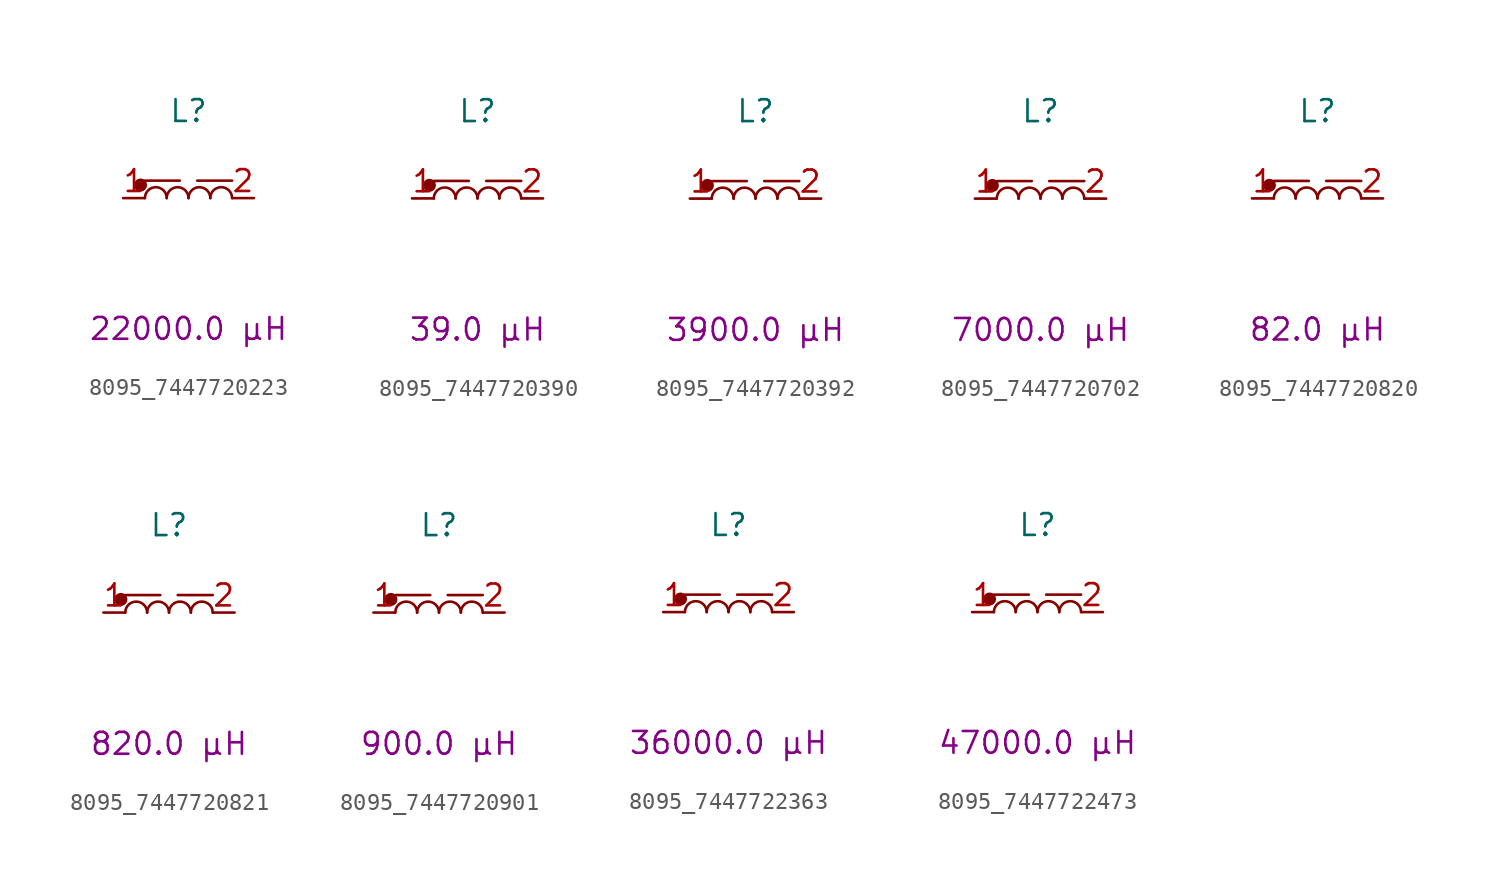
<source format=kicad_sym>
(kicad_symbol_lib
  (version 20220914)
  (generator kicad_symbol_editor)
  (symbol "8095_7447720223"
    (pin_names hide)
    (property "Reference" "L"
      (at 0 5.08 0)
      (effects (font (size 1.27 1.27))))
    (property "Critical Parameter" "22000.0 µH"
      (at 0 -7.62 0)
      (effects (font (size 1.27 1.27))))
    (symbol "8095_7447720223_0_1"
      (arc (start -1.27 0) (mid -1.905 0.6323) (end -2.54 0) (stroke (width 0) (type default)) (fill (type none)))
      (arc (start 0 0) (mid -0.635 0.6323) (end -1.27 0) (stroke (width 0) (type default)) (fill (type none)))
      (polyline (pts (xy -2.54 1.016) (xy -0.508 1.016)) (stroke (width 0) (type default)) (fill (type none)))
      (arc (start 1.27 0) (mid 0.635 0.6323) (end 0 0) (stroke (width 0) (type default)) (fill (type none)))
      (arc (start 2.54 0) (mid 1.905 0.6323) (end 1.27 0) (stroke (width 0) (type default)) (fill (type none))))
    (symbol "8095_7447720223_1_1"
      (circle (center -2.794 0.762) (radius 0.0001) (stroke (width 0.381) (type default)) (fill (type none)))
      (polyline (pts (xy 2.54 1.016) (xy 0.508 1.016)) (stroke (width 0) (type default)) (fill (type none)))
      (pin passive line (at -3.81 0 0) (length 1.27) (name "1" (effects (font (size 1.27 1.27)))) (number "1" (effects (font (size 1.27 1.27)))))
      (pin passive line (at 3.81 0 180) (length 1.27) (name "2" (effects (font (size 1.27 1.27)))) (number "2" (effects (font (size 1.27 1.27)))))))
  (symbol "8095_7447720390"
    (pin_names hide)
    (property "Reference" "L"
      (at 0 5.08 0)
      (effects (font (size 1.27 1.27))))
    (property "Critical Parameter" "39.0 µH"
      (at 0 -7.62 0)
      (effects (font (size 1.27 1.27))))
    (symbol "8095_7447720390_0_1"
      (arc (start -1.27 0) (mid -1.905 0.6323) (end -2.54 0) (stroke (width 0) (type default)) (fill (type none)))
      (arc (start 0 0) (mid -0.635 0.6323) (end -1.27 0) (stroke (width 0) (type default)) (fill (type none)))
      (polyline (pts (xy -2.54 1.016) (xy -0.508 1.016)) (stroke (width 0) (type default)) (fill (type none)))
      (arc (start 1.27 0) (mid 0.635 0.6323) (end 0 0) (stroke (width 0) (type default)) (fill (type none)))
      (arc (start 2.54 0) (mid 1.905 0.6323) (end 1.27 0) (stroke (width 0) (type default)) (fill (type none))))
    (symbol "8095_7447720390_1_1"
      (circle (center -2.794 0.762) (radius 0.0001) (stroke (width 0.381) (type default)) (fill (type none)))
      (polyline (pts (xy 2.54 1.016) (xy 0.508 1.016)) (stroke (width 0) (type default)) (fill (type none)))
      (pin passive line (at -3.81 0 0) (length 1.27) (name "1" (effects (font (size 1.27 1.27)))) (number "1" (effects (font (size 1.27 1.27)))))
      (pin passive line (at 3.81 0 180) (length 1.27) (name "2" (effects (font (size 1.27 1.27)))) (number "2" (effects (font (size 1.27 1.27)))))))
  (symbol "8095_7447720392"
    (pin_names hide)
    (property "Reference" "L"
      (at 0 5.08 0)
      (effects (font (size 1.27 1.27))))
    (property "Critical Parameter" "3900.0 µH"
      (at 0 -7.62 0)
      (effects (font (size 1.27 1.27))))
    (symbol "8095_7447720392_0_1"
      (arc (start -1.27 0) (mid -1.905 0.6323) (end -2.54 0) (stroke (width 0) (type default)) (fill (type none)))
      (arc (start 0 0) (mid -0.635 0.6323) (end -1.27 0) (stroke (width 0) (type default)) (fill (type none)))
      (polyline (pts (xy -2.54 1.016) (xy -0.508 1.016)) (stroke (width 0) (type default)) (fill (type none)))
      (arc (start 1.27 0) (mid 0.635 0.6323) (end 0 0) (stroke (width 0) (type default)) (fill (type none)))
      (arc (start 2.54 0) (mid 1.905 0.6323) (end 1.27 0) (stroke (width 0) (type default)) (fill (type none))))
    (symbol "8095_7447720392_1_1"
      (circle (center -2.794 0.762) (radius 0.0001) (stroke (width 0.381) (type default)) (fill (type none)))
      (polyline (pts (xy 2.54 1.016) (xy 0.508 1.016)) (stroke (width 0) (type default)) (fill (type none)))
      (pin passive line (at -3.81 0 0) (length 1.27) (name "1" (effects (font (size 1.27 1.27)))) (number "1" (effects (font (size 1.27 1.27)))))
      (pin passive line (at 3.81 0 180) (length 1.27) (name "2" (effects (font (size 1.27 1.27)))) (number "2" (effects (font (size 1.27 1.27)))))))
  (symbol "8095_7447720702"
    (pin_names hide)
    (property "Reference" "L"
      (at 0 5.08 0)
      (effects (font (size 1.27 1.27))))
    (property "Critical Parameter" "7000.0 µH"
      (at 0 -7.62 0)
      (effects (font (size 1.27 1.27))))
    (symbol "8095_7447720702_0_1"
      (arc (start -1.27 0) (mid -1.905 0.6323) (end -2.54 0) (stroke (width 0) (type default)) (fill (type none)))
      (arc (start 0 0) (mid -0.635 0.6323) (end -1.27 0) (stroke (width 0) (type default)) (fill (type none)))
      (polyline (pts (xy -2.54 1.016) (xy -0.508 1.016)) (stroke (width 0) (type default)) (fill (type none)))
      (arc (start 1.27 0) (mid 0.635 0.6323) (end 0 0) (stroke (width 0) (type default)) (fill (type none)))
      (arc (start 2.54 0) (mid 1.905 0.6323) (end 1.27 0) (stroke (width 0) (type default)) (fill (type none))))
    (symbol "8095_7447720702_1_1"
      (circle (center -2.794 0.762) (radius 0.0001) (stroke (width 0.381) (type default)) (fill (type none)))
      (polyline (pts (xy 2.54 1.016) (xy 0.508 1.016)) (stroke (width 0) (type default)) (fill (type none)))
      (pin passive line (at -3.81 0 0) (length 1.27) (name "1" (effects (font (size 1.27 1.27)))) (number "1" (effects (font (size 1.27 1.27)))))
      (pin passive line (at 3.81 0 180) (length 1.27) (name "2" (effects (font (size 1.27 1.27)))) (number "2" (effects (font (size 1.27 1.27)))))))
  (symbol "8095_7447720820"
    (pin_names hide)
    (property "Reference" "L"
      (at 0 5.08 0)
      (effects (font (size 1.27 1.27))))
    (property "Critical Parameter" "82.0 µH"
      (at 0 -7.62 0)
      (effects (font (size 1.27 1.27))))
    (symbol "8095_7447720820_0_1"
      (arc (start -1.27 0) (mid -1.905 0.6323) (end -2.54 0) (stroke (width 0) (type default)) (fill (type none)))
      (arc (start 0 0) (mid -0.635 0.6323) (end -1.27 0) (stroke (width 0) (type default)) (fill (type none)))
      (polyline (pts (xy -2.54 1.016) (xy -0.508 1.016)) (stroke (width 0) (type default)) (fill (type none)))
      (arc (start 1.27 0) (mid 0.635 0.6323) (end 0 0) (stroke (width 0) (type default)) (fill (type none)))
      (arc (start 2.54 0) (mid 1.905 0.6323) (end 1.27 0) (stroke (width 0) (type default)) (fill (type none))))
    (symbol "8095_7447720820_1_1"
      (circle (center -2.794 0.762) (radius 0.0001) (stroke (width 0.381) (type default)) (fill (type none)))
      (polyline (pts (xy 2.54 1.016) (xy 0.508 1.016)) (stroke (width 0) (type default)) (fill (type none)))
      (pin passive line (at -3.81 0 0) (length 1.27) (name "1" (effects (font (size 1.27 1.27)))) (number "1" (effects (font (size 1.27 1.27)))))
      (pin passive line (at 3.81 0 180) (length 1.27) (name "2" (effects (font (size 1.27 1.27)))) (number "2" (effects (font (size 1.27 1.27)))))))
  (symbol "8095_7447720821"
    (pin_names hide)
    (property "Reference" "L"
      (at 0 5.08 0)
      (effects (font (size 1.27 1.27))))
    (property "Critical Parameter" "820.0 µH"
      (at 0 -7.62 0)
      (effects (font (size 1.27 1.27))))
    (symbol "8095_7447720821_0_1"
      (arc (start -1.27 0) (mid -1.905 0.6323) (end -2.54 0) (stroke (width 0) (type default)) (fill (type none)))
      (arc (start 0 0) (mid -0.635 0.6323) (end -1.27 0) (stroke (width 0) (type default)) (fill (type none)))
      (polyline (pts (xy -2.54 1.016) (xy -0.508 1.016)) (stroke (width 0) (type default)) (fill (type none)))
      (arc (start 1.27 0) (mid 0.635 0.6323) (end 0 0) (stroke (width 0) (type default)) (fill (type none)))
      (arc (start 2.54 0) (mid 1.905 0.6323) (end 1.27 0) (stroke (width 0) (type default)) (fill (type none))))
    (symbol "8095_7447720821_1_1"
      (circle (center -2.794 0.762) (radius 0.0001) (stroke (width 0.381) (type default)) (fill (type none)))
      (polyline (pts (xy 2.54 1.016) (xy 0.508 1.016)) (stroke (width 0) (type default)) (fill (type none)))
      (pin passive line (at -3.81 0 0) (length 1.27) (name "1" (effects (font (size 1.27 1.27)))) (number "1" (effects (font (size 1.27 1.27)))))
      (pin passive line (at 3.81 0 180) (length 1.27) (name "2" (effects (font (size 1.27 1.27)))) (number "2" (effects (font (size 1.27 1.27)))))))
  (symbol "8095_7447720901"
    (pin_names hide)
    (property "Reference" "L"
      (at 0 5.08 0)
      (effects (font (size 1.27 1.27))))
    (property "Critical Parameter" "900.0 µH"
      (at 0 -7.62 0)
      (effects (font (size 1.27 1.27))))
    (symbol "8095_7447720901_0_1"
      (arc (start -1.27 0) (mid -1.905 0.6323) (end -2.54 0) (stroke (width 0) (type default)) (fill (type none)))
      (arc (start 0 0) (mid -0.635 0.6323) (end -1.27 0) (stroke (width 0) (type default)) (fill (type none)))
      (polyline (pts (xy -2.54 1.016) (xy -0.508 1.016)) (stroke (width 0) (type default)) (fill (type none)))
      (arc (start 1.27 0) (mid 0.635 0.6323) (end 0 0) (stroke (width 0) (type default)) (fill (type none)))
      (arc (start 2.54 0) (mid 1.905 0.6323) (end 1.27 0) (stroke (width 0) (type default)) (fill (type none))))
    (symbol "8095_7447720901_1_1"
      (circle (center -2.794 0.762) (radius 0.0001) (stroke (width 0.381) (type default)) (fill (type none)))
      (polyline (pts (xy 2.54 1.016) (xy 0.508 1.016)) (stroke (width 0) (type default)) (fill (type none)))
      (pin passive line (at -3.81 0 0) (length 1.27) (name "1" (effects (font (size 1.27 1.27)))) (number "1" (effects (font (size 1.27 1.27)))))
      (pin passive line (at 3.81 0 180) (length 1.27) (name "2" (effects (font (size 1.27 1.27)))) (number "2" (effects (font (size 1.27 1.27)))))))
  (symbol "8095_7447722363"
    (pin_names hide)
    (property "Reference" "L"
      (at 0 5.08 0)
      (effects (font (size 1.27 1.27))))
    (property "Critical Parameter" "36000.0 µH"
      (at 0 -7.62 0)
      (effects (font (size 1.27 1.27))))
    (symbol "8095_7447722363_0_1"
      (arc (start -1.27 0) (mid -1.905 0.6323) (end -2.54 0) (stroke (width 0) (type default)) (fill (type none)))
      (arc (start 0 0) (mid -0.635 0.6323) (end -1.27 0) (stroke (width 0) (type default)) (fill (type none)))
      (polyline (pts (xy -2.54 1.016) (xy -0.508 1.016)) (stroke (width 0) (type default)) (fill (type none)))
      (arc (start 1.27 0) (mid 0.635 0.6323) (end 0 0) (stroke (width 0) (type default)) (fill (type none)))
      (arc (start 2.54 0) (mid 1.905 0.6323) (end 1.27 0) (stroke (width 0) (type default)) (fill (type none))))
    (symbol "8095_7447722363_1_1"
      (circle (center -2.794 0.762) (radius 0.0001) (stroke (width 0.381) (type default)) (fill (type none)))
      (polyline (pts (xy 2.54 1.016) (xy 0.508 1.016)) (stroke (width 0) (type default)) (fill (type none)))
      (pin passive line (at -3.81 0 0) (length 1.27) (name "1" (effects (font (size 1.27 1.27)))) (number "1" (effects (font (size 1.27 1.27)))))
      (pin passive line (at 3.81 0 180) (length 1.27) (name "2" (effects (font (size 1.27 1.27)))) (number "2" (effects (font (size 1.27 1.27)))))))
  (symbol "8095_7447722473"
    (pin_names hide)
    (property "Reference" "L"
      (at 0 5.08 0)
      (effects (font (size 1.27 1.27))))
    (property "Critical Parameter" "47000.0 µH"
      (at 0 -7.62 0)
      (effects (font (size 1.27 1.27))))
    (symbol "8095_7447722473_0_1"
      (arc (start -1.27 0) (mid -1.905 0.6323) (end -2.54 0) (stroke (width 0) (type default)) (fill (type none)))
      (arc (start 0 0) (mid -0.635 0.6323) (end -1.27 0) (stroke (width 0) (type default)) (fill (type none)))
      (polyline (pts (xy -2.54 1.016) (xy -0.508 1.016)) (stroke (width 0) (type default)) (fill (type none)))
      (arc (start 1.27 0) (mid 0.635 0.6323) (end 0 0) (stroke (width 0) (type default)) (fill (type none)))
      (arc (start 2.54 0) (mid 1.905 0.6323) (end 1.27 0) (stroke (width 0) (type default)) (fill (type none))))
    (symbol "8095_7447722473_1_1"
      (circle (center -2.794 0.762) (radius 0.0001) (stroke (width 0.381) (type default)) (fill (type none)))
      (polyline (pts (xy 2.54 1.016) (xy 0.508 1.016)) (stroke (width 0) (type default)) (fill (type none)))
      (pin passive line (at -3.81 0 0) (length 1.27) (name "1" (effects (font (size 1.27 1.27)))) (number "1" (effects (font (size 1.27 1.27)))))
      (pin passive line (at 3.81 0 180) (length 1.27) (name "2" (effects (font (size 1.27 1.27)))) (number "2" (effects (font (size 1.27 1.27))))))))
</source>
